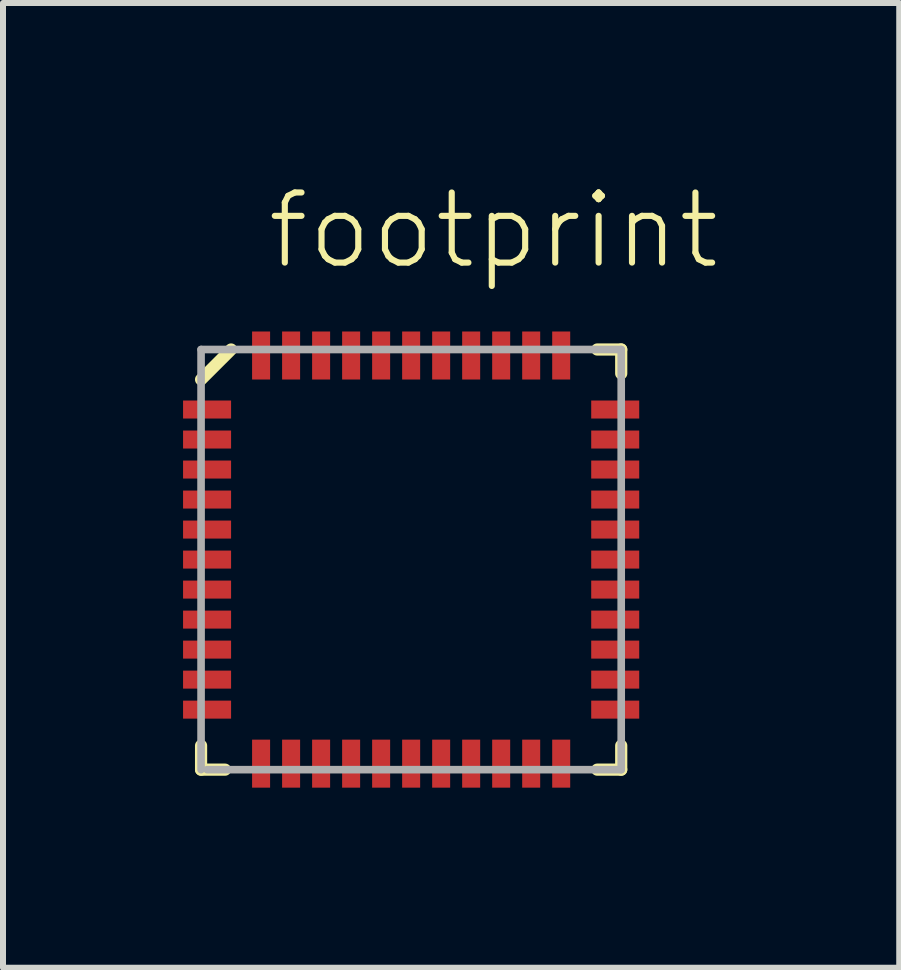
<source format=kicad_pcb>
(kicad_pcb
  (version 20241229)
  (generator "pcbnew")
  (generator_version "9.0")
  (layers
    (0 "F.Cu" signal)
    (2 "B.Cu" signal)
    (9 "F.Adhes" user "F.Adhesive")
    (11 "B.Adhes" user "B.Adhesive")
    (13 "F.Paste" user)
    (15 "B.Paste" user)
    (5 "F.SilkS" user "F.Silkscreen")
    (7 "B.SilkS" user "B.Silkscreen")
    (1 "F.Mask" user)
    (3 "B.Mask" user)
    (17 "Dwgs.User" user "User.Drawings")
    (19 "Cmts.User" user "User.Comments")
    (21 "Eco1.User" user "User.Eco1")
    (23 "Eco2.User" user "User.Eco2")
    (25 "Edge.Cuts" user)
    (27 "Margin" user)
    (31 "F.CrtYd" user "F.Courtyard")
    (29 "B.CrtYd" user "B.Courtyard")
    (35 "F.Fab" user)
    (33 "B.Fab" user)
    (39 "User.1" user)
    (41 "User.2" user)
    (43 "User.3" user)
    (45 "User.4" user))
  (footprint "footprint"
    (layer "F.Cu")
    (at 3.8 6.273)
    (property "Reference" "footprint" (at -2.45 -4.8 0) (layer "F.SilkS") (effects (font (size 1.168 1.168) (thickness 0.102)) (justify left bottom)))
    (fp_line (start -3.5 3.5) (end -3.5 3.1) (stroke (width 0.203) (type solid)) (layer "F.SilkS"))
    (fp_line (start -3.1 3.5) (end -3.5 3.5) (stroke (width 0.203) (type solid)) (layer "F.SilkS"))
    (fp_line (start -3 -3.5) (end -3.5 -3) (stroke (width 0.203) (type solid)) (layer "F.SilkS"))
    (fp_line (start 3.1 3.5) (end 3.5 3.5) (stroke (width 0.203) (type solid)) (layer "F.SilkS"))
    (fp_line (start 3.5 -3.5) (end 3.1 -3.5) (stroke (width 0.203) (type solid)) (layer "F.SilkS"))
    (fp_line (start 3.5 -3.1) (end 3.5 -3.5) (stroke (width 0.203) (type solid)) (layer "F.SilkS"))
    (fp_line (start 3.5 3.1) (end 3.5 3.5) (stroke (width 0.203) (type solid)) (layer "F.SilkS"))
    (fp_line (start -3.5 -3.5) (end -3.5 3.5) (stroke (width 0.127) (type solid)) (layer "F.Fab"))
    (fp_line (start -3.4 3.5) (end 3.5 3.5) (stroke (width 0.127) (type solid)) (layer "F.Fab"))
    (fp_line (start 3.5 -3.5) (end -3.5 -3.5) (stroke (width 0.127) (type solid)) (layer "F.Fab"))
    (fp_line (start 3.5 3.5) (end 3.5 -3.5) (stroke (width 0.127) (type solid)) (layer "F.Fab"))
    (pad "1" smd rect (at -3.4 -2.5 180) (size 0.8 0.3) (layers "F.Cu" "F.Mask" "F.Paste"))
    (pad "2" smd rect (at -3.4 -2 180) (size 0.8 0.3) (layers "F.Cu" "F.Mask" "F.Paste"))
    (pad "3" smd rect (at -3.4 -1.5 180) (size 0.8 0.3) (layers "F.Cu" "F.Mask" "F.Paste"))
    (pad "4" smd rect (at -3.4 -1 180) (size 0.8 0.3) (layers "F.Cu" "F.Mask" "F.Paste"))
    (pad "5" smd rect (at -3.4 -0.5 180) (size 0.8 0.3) (layers "F.Cu" "F.Mask" "F.Paste"))
    (pad "6" smd rect (at -3.4 0 180) (size 0.8 0.3) (layers "F.Cu" "F.Mask" "F.Paste"))
    (pad "7" smd rect (at -3.4 0.5) (size 0.8 0.3) (layers "F.Cu" "F.Mask" "F.Paste"))
    (pad "8" smd rect (at -3.4 1) (size 0.8 0.3) (layers "F.Cu" "F.Mask" "F.Paste"))
    (pad "9" smd rect (at -3.4 1.5) (size 0.8 0.3) (layers "F.Cu" "F.Mask" "F.Paste"))
    (pad "10" smd rect (at -3.4 2) (size 0.8 0.3) (layers "F.Cu" "F.Mask" "F.Paste"))
    (pad "11" smd rect (at -3.4 2.5) (size 0.8 0.3) (layers "F.Cu" "F.Mask" "F.Paste"))
    (pad "12" smd rect (at -2.5 3.4 270) (size 0.8 0.3) (layers "F.Cu" "F.Mask" "F.Paste"))
    (pad "13" smd rect (at -2 3.4 270) (size 0.8 0.3) (layers "F.Cu" "F.Mask" "F.Paste"))
    (pad "14" smd rect (at -1.5 3.4 270) (size 0.8 0.3) (layers "F.Cu" "F.Mask" "F.Paste"))
    (pad "15" smd rect (at -1 3.4 270) (size 0.8 0.3) (layers "F.Cu" "F.Mask" "F.Paste"))
    (pad "16" smd rect (at -0.5 3.4 270) (size 0.8 0.3) (layers "F.Cu" "F.Mask" "F.Paste"))
    (pad "17" smd rect (at 0 3.4 270) (size 0.8 0.3) (layers "F.Cu" "F.Mask" "F.Paste"))
    (pad "18" smd rect (at 0.5 3.4 90) (size 0.8 0.3) (layers "F.Cu" "F.Mask" "F.Paste"))
    (pad "19" smd rect (at 1 3.4 90) (size 0.8 0.3) (layers "F.Cu" "F.Mask" "F.Paste"))
    (pad "20" smd rect (at 1.5 3.4 90) (size 0.8 0.3) (layers "F.Cu" "F.Mask" "F.Paste"))
    (pad "21" smd rect (at 2 3.4 90) (size 0.8 0.3) (layers "F.Cu" "F.Mask" "F.Paste"))
    (pad "22" smd rect (at 2.5 3.4 90) (size 0.8 0.3) (layers "F.Cu" "F.Mask" "F.Paste"))
    (pad "23" smd rect (at 3.4 2.5) (size 0.8 0.3) (layers "F.Cu" "F.Mask" "F.Paste"))
    (pad "24" smd rect (at 3.4 2) (size 0.8 0.3) (layers "F.Cu" "F.Mask" "F.Paste"))
    (pad "25" smd rect (at 3.4 1.5) (size 0.8 0.3) (layers "F.Cu" "F.Mask" "F.Paste"))
    (pad "26" smd rect (at 3.4 1) (size 0.8 0.3) (layers "F.Cu" "F.Mask" "F.Paste"))
    (pad "27" smd rect (at 3.4 0.5) (size 0.8 0.3) (layers "F.Cu" "F.Mask" "F.Paste"))
    (pad "28" smd rect (at 3.4 0) (size 0.8 0.3) (layers "F.Cu" "F.Mask" "F.Paste"))
    (pad "29" smd rect (at 3.4 -0.5 180) (size 0.8 0.3) (layers "F.Cu" "F.Mask" "F.Paste"))
    (pad "30" smd rect (at 3.4 -1 180) (size 0.8 0.3) (layers "F.Cu" "F.Mask" "F.Paste"))
    (pad "31" smd rect (at 3.4 -1.5 180) (size 0.8 0.3) (layers "F.Cu" "F.Mask" "F.Paste"))
    (pad "32" smd rect (at 3.4 -2 180) (size 0.8 0.3) (layers "F.Cu" "F.Mask" "F.Paste"))
    (pad "33" smd rect (at 3.4 -2.5 180) (size 0.8 0.3) (layers "F.Cu" "F.Mask" "F.Paste"))
    (pad "34" smd rect (at 2.5 -3.4 90) (size 0.8 0.3) (layers "F.Cu" "F.Mask" "F.Paste"))
    (pad "35" smd rect (at 2 -3.4 90) (size 0.8 0.3) (layers "F.Cu" "F.Mask" "F.Paste"))
    (pad "36" smd rect (at 1.5 -3.4 90) (size 0.8 0.3) (layers "F.Cu" "F.Mask" "F.Paste"))
    (pad "37" smd rect (at 1 -3.4 90) (size 0.8 0.3) (layers "F.Cu" "F.Mask" "F.Paste"))
    (pad "38" smd rect (at 0.5 -3.4 90) (size 0.8 0.3) (layers "F.Cu" "F.Mask" "F.Paste"))
    (pad "39" smd rect (at 0 -3.4 90) (size 0.8 0.3) (layers "F.Cu" "F.Mask" "F.Paste"))
    (pad "40" smd rect (at -0.5 -3.4 270) (size 0.8 0.3) (layers "F.Cu" "F.Mask" "F.Paste"))
    (pad "41" smd rect (at -1 -3.4 270) (size 0.8 0.3) (layers "F.Cu" "F.Mask" "F.Paste"))
    (pad "42" smd rect (at -1.5 -3.4 270) (size 0.8 0.3) (layers "F.Cu" "F.Mask" "F.Paste"))
    (pad "43" smd rect (at -2 -3.4 270) (size 0.8 0.3) (layers "F.Cu" "F.Mask" "F.Paste"))
    (pad "44" smd rect (at -2.5 -3.4 270) (size 0.8 0.3) (layers "F.Cu" "F.Mask" "F.Paste")))
  (gr_rect
    (start -3 -3)
    (end 11.932 13.073)
    (stroke (width 0.1) (type default))
    (fill no)
    (layer "Edge.Cuts")))
</source>
